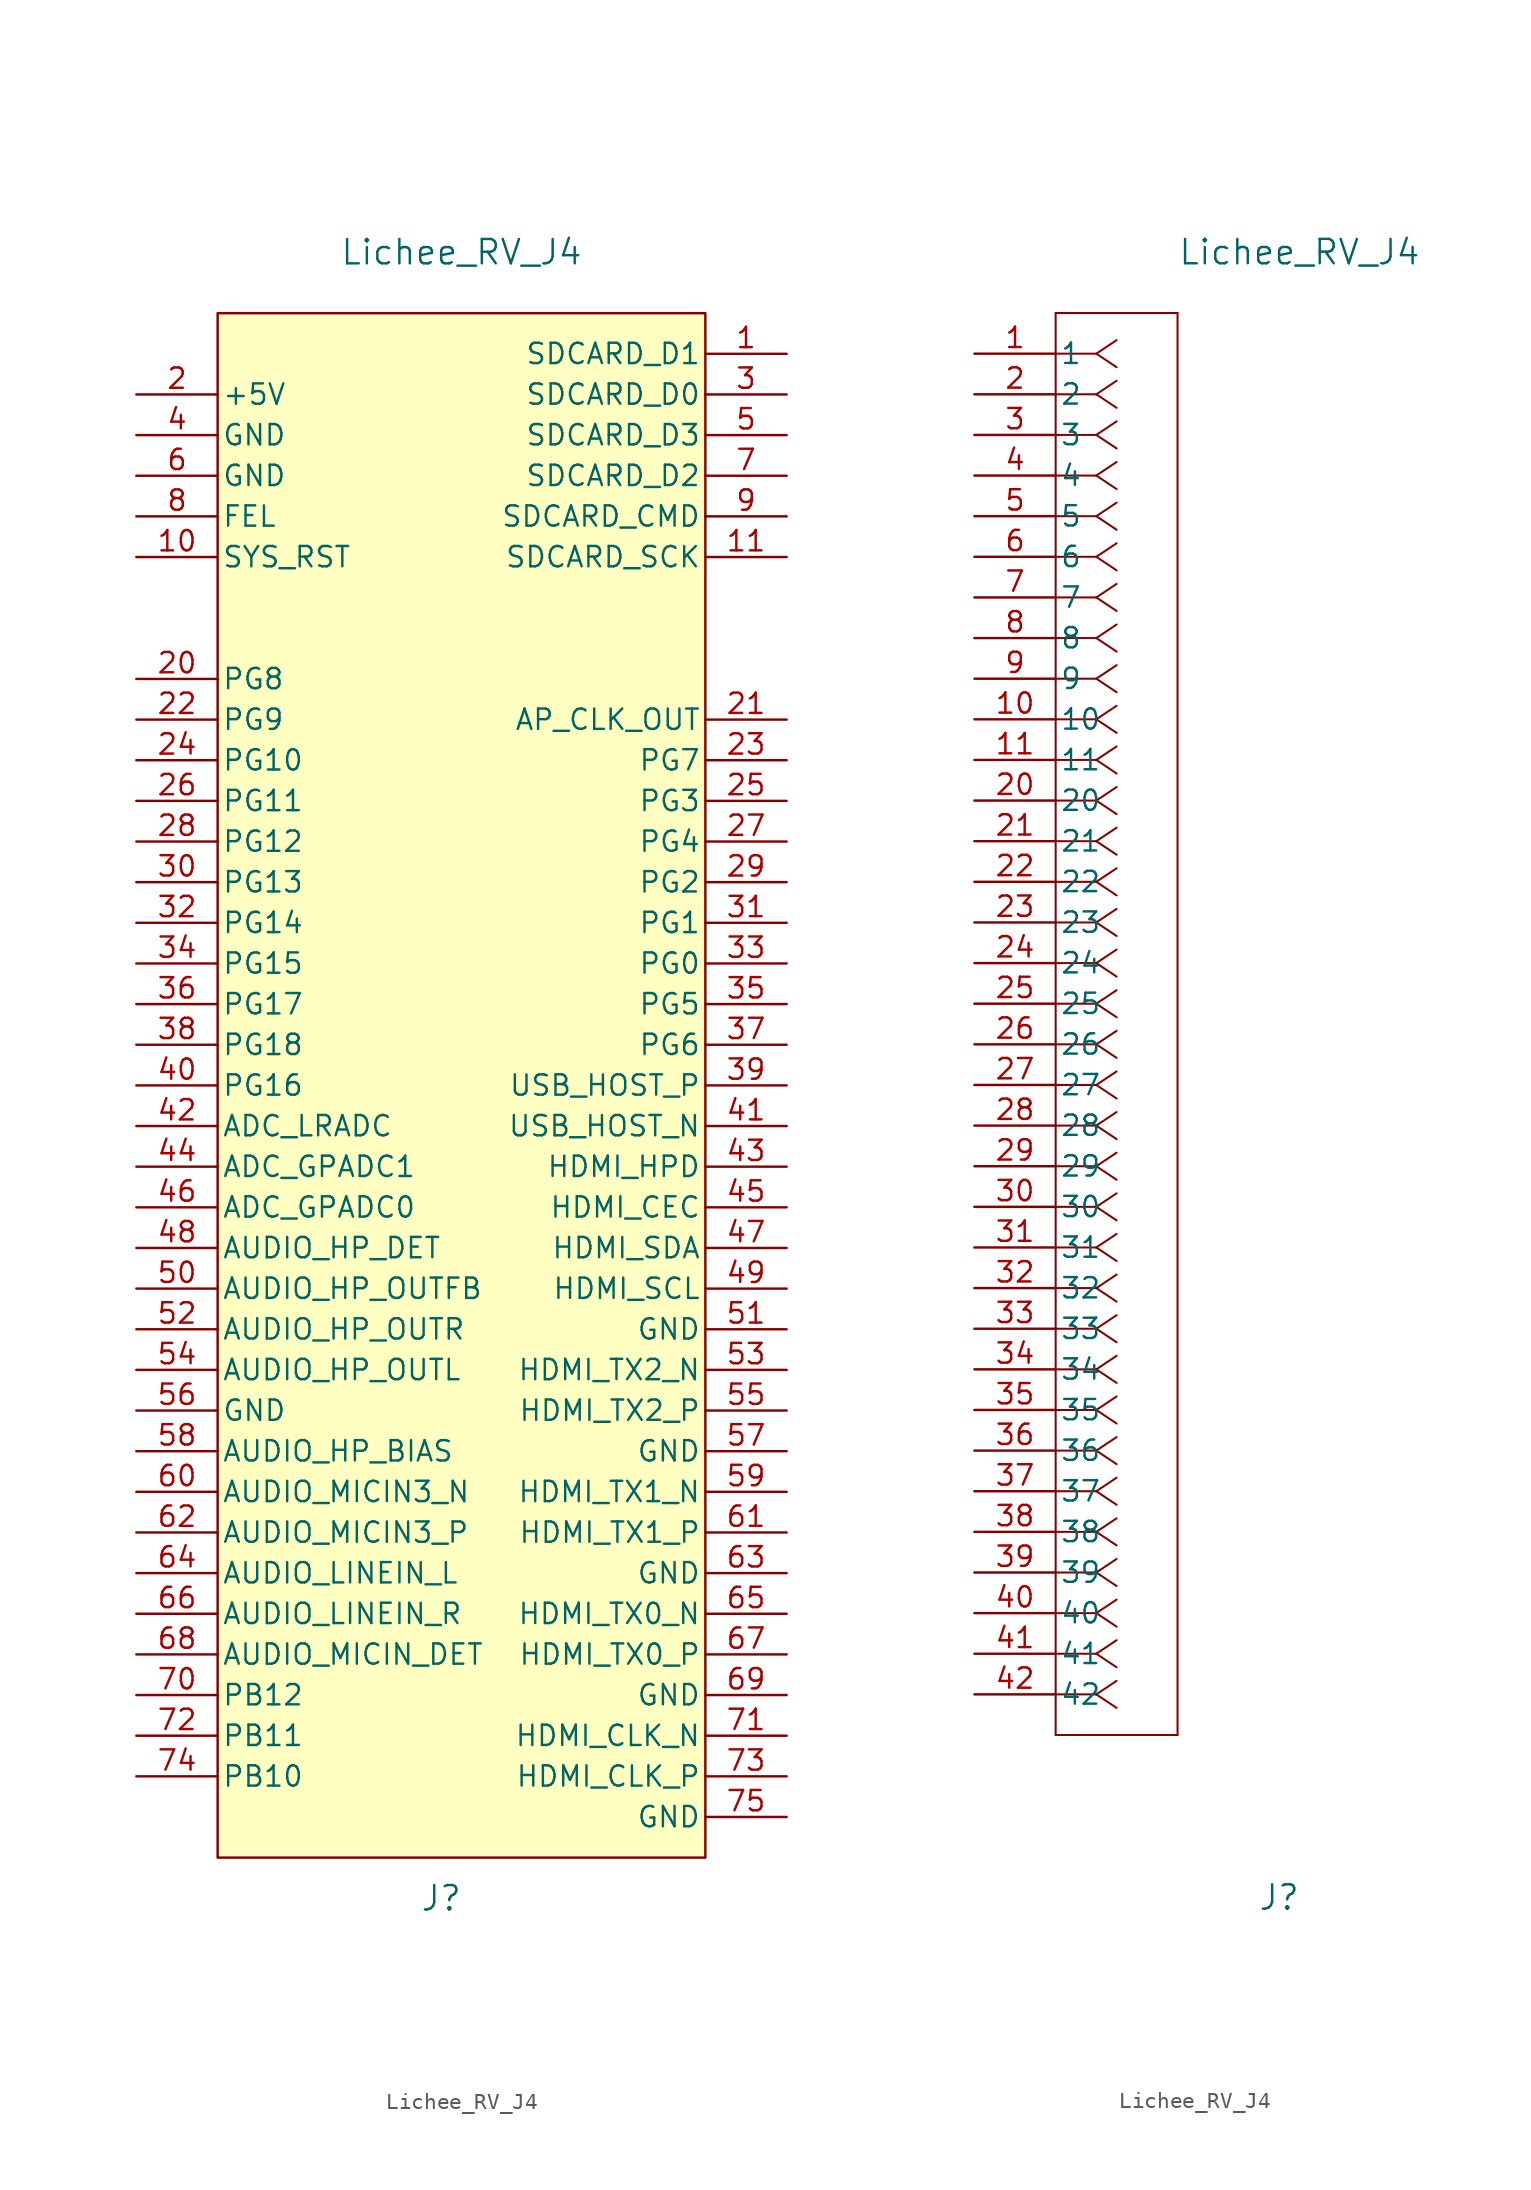
<source format=kicad_sym>
(kicad_symbol_lib
  (version 20220914)
  (generator kicad_symbol_editor)
  (symbol "Lichee_RV_J4"
    (pin_names
      (offset 0.254))
    (property "Reference" "J"
      (at 19.05 -96.52 0)
      (effects (font (size 1.524 1.524))))
    (property "Value" "Lichee_RV_J4"
      (at 20.32 6.35 0)
      (effects (font (size 1.524 1.524))))
    (symbol "Lichee_RV_J4_1_1"
      (rectangle (start 5.08 2.54) (end 35.56 -93.98) (stroke (width 0) (type default)) (fill (type background)))
      (pin unspecified line (at 40.64 0 180) (length 5.08) (name "SDCARD_D1" (effects (font (size 1.27 1.27)))) (number "1" (effects (font (size 1.27 1.27)))))
      (pin unspecified line (at 0 -12.7 0) (length 5.08) (name "SYS_RST" (effects (font (size 1.27 1.27)))) (number "10" (effects (font (size 1.27 1.27)))))
      (pin unspecified line (at 40.64 -12.7 180) (length 5.08) (name "SDCARD_SCK" (effects (font (size 1.27 1.27)))) (number "11" (effects (font (size 1.27 1.27)))))
      (pin unspecified line (at 0 -2.54 0) (length 5.08) (name "+5V" (effects (font (size 1.27 1.27)))) (number "2" (effects (font (size 1.27 1.27)))))
      (pin unspecified line (at 0 -20.32 0) (length 5.08) (name "PG8" (effects (font (size 1.27 1.27)))) (number "20" (effects (font (size 1.27 1.27)))))
      (pin unspecified line (at 40.64 -22.86 180) (length 5.08) (name "AP_CLK_OUT" (effects (font (size 1.27 1.27)))) (number "21" (effects (font (size 1.27 1.27)))))
      (pin unspecified line (at 0 -22.86 0) (length 5.08) (name "PG9" (effects (font (size 1.27 1.27)))) (number "22" (effects (font (size 1.27 1.27)))))
      (pin unspecified line (at 40.64 -25.4 180) (length 5.08) (name "PG7" (effects (font (size 1.27 1.27)))) (number "23" (effects (font (size 1.27 1.27)))))
      (pin unspecified line (at 0 -25.4 0) (length 5.08) (name "PG10" (effects (font (size 1.27 1.27)))) (number "24" (effects (font (size 1.27 1.27)))))
      (pin unspecified line (at 40.64 -27.94 180) (length 5.08) (name "PG3" (effects (font (size 1.27 1.27)))) (number "25" (effects (font (size 1.27 1.27)))))
      (pin unspecified line (at 0 -27.94 0) (length 5.08) (name "PG11" (effects (font (size 1.27 1.27)))) (number "26" (effects (font (size 1.27 1.27)))))
      (pin unspecified line (at 40.64 -30.48 180) (length 5.08) (name "PG4" (effects (font (size 1.27 1.27)))) (number "27" (effects (font (size 1.27 1.27)))))
      (pin unspecified line (at 0 -30.48 0) (length 5.08) (name "PG12" (effects (font (size 1.27 1.27)))) (number "28" (effects (font (size 1.27 1.27)))))
      (pin unspecified line (at 40.64 -33.02 180) (length 5.08) (name "PG2" (effects (font (size 1.27 1.27)))) (number "29" (effects (font (size 1.27 1.27)))))
      (pin unspecified line (at 40.64 -2.54 180) (length 5.08) (name "SDCARD_D0" (effects (font (size 1.27 1.27)))) (number "3" (effects (font (size 1.27 1.27)))))
      (pin unspecified line (at 0 -33.02 0) (length 5.08) (name "PG13" (effects (font (size 1.27 1.27)))) (number "30" (effects (font (size 1.27 1.27)))))
      (pin unspecified line (at 40.64 -35.56 180) (length 5.08) (name "PG1" (effects (font (size 1.27 1.27)))) (number "31" (effects (font (size 1.27 1.27)))))
      (pin unspecified line (at 0 -35.56 0) (length 5.08) (name "PG14" (effects (font (size 1.27 1.27)))) (number "32" (effects (font (size 1.27 1.27)))))
      (pin unspecified line (at 40.64 -38.1 180) (length 5.08) (name "PG0" (effects (font (size 1.27 1.27)))) (number "33" (effects (font (size 1.27 1.27)))))
      (pin unspecified line (at 0 -38.1 0) (length 5.08) (name "PG15" (effects (font (size 1.27 1.27)))) (number "34" (effects (font (size 1.27 1.27)))))
      (pin unspecified line (at 40.64 -40.64 180) (length 5.08) (name "PG5" (effects (font (size 1.27 1.27)))) (number "35" (effects (font (size 1.27 1.27)))))
      (pin unspecified line (at 0 -40.64 0) (length 5.08) (name "PG17" (effects (font (size 1.27 1.27)))) (number "36" (effects (font (size 1.27 1.27)))))
      (pin unspecified line (at 40.64 -43.18 180) (length 5.08) (name "PG6" (effects (font (size 1.27 1.27)))) (number "37" (effects (font (size 1.27 1.27)))))
      (pin unspecified line (at 0 -43.18 0) (length 5.08) (name "PG18" (effects (font (size 1.27 1.27)))) (number "38" (effects (font (size 1.27 1.27)))))
      (pin unspecified line (at 40.64 -45.72 180) (length 5.08) (name "USB_HOST_P" (effects (font (size 1.27 1.27)))) (number "39" (effects (font (size 1.27 1.27)))))
      (pin unspecified line (at 0 -5.08 0) (length 5.08) (name "GND" (effects (font (size 1.27 1.27)))) (number "4" (effects (font (size 1.27 1.27)))))
      (pin unspecified line (at 0 -45.72 0) (length 5.08) (name "PG16" (effects (font (size 1.27 1.27)))) (number "40" (effects (font (size 1.27 1.27)))))
      (pin unspecified line (at 40.64 -48.26 180) (length 5.08) (name "USB_HOST_N" (effects (font (size 1.27 1.27)))) (number "41" (effects (font (size 1.27 1.27)))))
      (pin unspecified line (at 0 -48.26 0) (length 5.08) (name "ADC_LRADC" (effects (font (size 1.27 1.27)))) (number "42" (effects (font (size 1.27 1.27)))))
      (pin unspecified line (at 40.64 -50.8 180) (length 5.08) (name "HDMI_HPD" (effects (font (size 1.27 1.27)))) (number "43" (effects (font (size 1.27 1.27)))))
      (pin unspecified line (at 0 -50.8 0) (length 5.08) (name "ADC_GPADC1" (effects (font (size 1.27 1.27)))) (number "44" (effects (font (size 1.27 1.27)))))
      (pin unspecified line (at 40.64 -53.34 180) (length 5.08) (name "HDMI_CEC" (effects (font (size 1.27 1.27)))) (number "45" (effects (font (size 1.27 1.27)))))
      (pin unspecified line (at 0 -53.34 0) (length 5.08) (name "ADC_GPADC0" (effects (font (size 1.27 1.27)))) (number "46" (effects (font (size 1.27 1.27)))))
      (pin unspecified line (at 40.64 -55.88 180) (length 5.08) (name "HDMI_SDA" (effects (font (size 1.27 1.27)))) (number "47" (effects (font (size 1.27 1.27)))))
      (pin unspecified line (at 0 -55.88 0) (length 5.08) (name "AUDIO_HP_DET" (effects (font (size 1.27 1.27)))) (number "48" (effects (font (size 1.27 1.27)))))
      (pin unspecified line (at 40.64 -58.42 180) (length 5.08) (name "HDMI_SCL" (effects (font (size 1.27 1.27)))) (number "49" (effects (font (size 1.27 1.27)))))
      (pin unspecified line (at 40.64 -5.08 180) (length 5.08) (name "SDCARD_D3" (effects (font (size 1.27 1.27)))) (number "5" (effects (font (size 1.27 1.27)))))
      (pin unspecified line (at 0 -58.42 0) (length 5.08) (name "AUDIO_HP_OUTFB" (effects (font (size 1.27 1.27)))) (number "50" (effects (font (size 1.27 1.27)))))
      (pin unspecified line (at 40.64 -60.96 180) (length 5.08) (name "GND" (effects (font (size 1.27 1.27)))) (number "51" (effects (font (size 1.27 1.27)))))
      (pin unspecified line (at 0 -60.96 0) (length 5.08) (name "AUDIO_HP_OUTR" (effects (font (size 1.27 1.27)))) (number "52" (effects (font (size 1.27 1.27)))))
      (pin unspecified line (at 40.64 -63.5 180) (length 5.08) (name "HDMI_TX2_N" (effects (font (size 1.27 1.27)))) (number "53" (effects (font (size 1.27 1.27)))))
      (pin unspecified line (at 0 -63.5 0) (length 5.08) (name "AUDIO_HP_OUTL" (effects (font (size 1.27 1.27)))) (number "54" (effects (font (size 1.27 1.27)))))
      (pin unspecified line (at 40.64 -66.04 180) (length 5.08) (name "HDMI_TX2_P" (effects (font (size 1.27 1.27)))) (number "55" (effects (font (size 1.27 1.27)))))
      (pin unspecified line (at 0 -66.04 0) (length 5.08) (name "GND" (effects (font (size 1.27 1.27)))) (number "56" (effects (font (size 1.27 1.27)))))
      (pin unspecified line (at 40.64 -68.58 180) (length 5.08) (name "GND" (effects (font (size 1.27 1.27)))) (number "57" (effects (font (size 1.27 1.27)))))
      (pin unspecified line (at 0 -68.58 0) (length 5.08) (name "AUDIO_HP_BIAS" (effects (font (size 1.27 1.27)))) (number "58" (effects (font (size 1.27 1.27)))))
      (pin unspecified line (at 40.64 -71.12 180) (length 5.08) (name "HDMI_TX1_N" (effects (font (size 1.27 1.27)))) (number "59" (effects (font (size 1.27 1.27)))))
      (pin unspecified line (at 0 -7.62 0) (length 5.08) (name "GND" (effects (font (size 1.27 1.27)))) (number "6" (effects (font (size 1.27 1.27)))))
      (pin unspecified line (at 0 -71.12 0) (length 5.08) (name "AUDIO_MICIN3_N" (effects (font (size 1.27 1.27)))) (number "60" (effects (font (size 1.27 1.27)))))
      (pin unspecified line (at 40.64 -73.66 180) (length 5.08) (name "HDMI_TX1_P" (effects (font (size 1.27 1.27)))) (number "61" (effects (font (size 1.27 1.27)))))
      (pin unspecified line (at 0 -73.66 0) (length 5.08) (name "AUDIO_MICIN3_P" (effects (font (size 1.27 1.27)))) (number "62" (effects (font (size 1.27 1.27)))))
      (pin unspecified line (at 40.64 -76.2 180) (length 5.08) (name "GND" (effects (font (size 1.27 1.27)))) (number "63" (effects (font (size 1.27 1.27)))))
      (pin unspecified line (at 0 -76.2 0) (length 5.08) (name "AUDIO_LINEIN_L" (effects (font (size 1.27 1.27)))) (number "64" (effects (font (size 1.27 1.27)))))
      (pin unspecified line (at 40.64 -78.74 180) (length 5.08) (name "HDMI_TX0_N" (effects (font (size 1.27 1.27)))) (number "65" (effects (font (size 1.27 1.27)))))
      (pin unspecified line (at 0 -78.74 0) (length 5.08) (name "AUDIO_LINEIN_R" (effects (font (size 1.27 1.27)))) (number "66" (effects (font (size 1.27 1.27)))))
      (pin unspecified line (at 40.64 -81.28 180) (length 5.08) (name "HDMI_TX0_P" (effects (font (size 1.27 1.27)))) (number "67" (effects (font (size 1.27 1.27)))))
      (pin unspecified line (at 0 -81.28 0) (length 5.08) (name "AUDIO_MICIN_DET" (effects (font (size 1.27 1.27)))) (number "68" (effects (font (size 1.27 1.27)))))
      (pin unspecified line (at 40.64 -83.82 180) (length 5.08) (name "GND" (effects (font (size 1.27 1.27)))) (number "69" (effects (font (size 1.27 1.27)))))
      (pin unspecified line (at 40.64 -7.62 180) (length 5.08) (name "SDCARD_D2" (effects (font (size 1.27 1.27)))) (number "7" (effects (font (size 1.27 1.27)))))
      (pin unspecified line (at 0 -83.82 0) (length 5.08) (name "PB12" (effects (font (size 1.27 1.27)))) (number "70" (effects (font (size 1.27 1.27)))))
      (pin unspecified line (at 40.64 -86.36 180) (length 5.08) (name "HDMI_CLK_N" (effects (font (size 1.27 1.27)))) (number "71" (effects (font (size 1.27 1.27)))))
      (pin unspecified line (at 0 -86.36 0) (length 5.08) (name "PB11" (effects (font (size 1.27 1.27)))) (number "72" (effects (font (size 1.27 1.27)))))
      (pin unspecified line (at 40.64 -88.9 180) (length 5.08) (name "HDMI_CLK_P" (effects (font (size 1.27 1.27)))) (number "73" (effects (font (size 1.27 1.27)))))
      (pin unspecified line (at 0 -88.9 0) (length 5.08) (name "PB10" (effects (font (size 1.27 1.27)))) (number "74" (effects (font (size 1.27 1.27)))))
      (pin unspecified line (at 40.64 -91.44 180) (length 5.08) (name "GND" (effects (font (size 1.27 1.27)))) (number "75" (effects (font (size 1.27 1.27)))))
      (pin unspecified line (at 0 -10.16 0) (length 5.08) (name "FEL" (effects (font (size 1.27 1.27)))) (number "8" (effects (font (size 1.27 1.27)))))
      (pin unspecified line (at 40.64 -10.16 180) (length 5.08) (name "SDCARD_CMD" (effects (font (size 1.27 1.27)))) (number "9" (effects (font (size 1.27 1.27))))))
    (symbol "Lichee_RV_J4_1_2"
      (polyline (pts (xy 5.08 -86.36) (xy 12.7 -86.36)) (stroke (width 0.127) (type default)) (fill (type none)))
      (polyline (pts (xy 5.08 2.54) (xy 5.08 -86.36)) (stroke (width 0.127) (type default)) (fill (type none)))
      (polyline (pts (xy 7.62 -83.82) (xy 5.08 -83.82)) (stroke (width 0.127) (type default)) (fill (type none)))
      (polyline (pts (xy 7.62 -83.82) (xy 8.89 -84.667)) (stroke (width 0.127) (type default)) (fill (type none)))
      (polyline (pts (xy 7.62 -83.82) (xy 8.89 -82.973)) (stroke (width 0.127) (type default)) (fill (type none)))
      (polyline (pts (xy 7.62 -81.28) (xy 5.08 -81.28)) (stroke (width 0.127) (type default)) (fill (type none)))
      (polyline (pts (xy 7.62 -81.28) (xy 8.89 -82.127)) (stroke (width 0.127) (type default)) (fill (type none)))
      (polyline (pts (xy 7.62 -81.28) (xy 8.89 -80.433)) (stroke (width 0.127) (type default)) (fill (type none)))
      (polyline (pts (xy 7.62 -78.74) (xy 5.08 -78.74)) (stroke (width 0.127) (type default)) (fill (type none)))
      (polyline (pts (xy 7.62 -78.74) (xy 8.89 -79.587)) (stroke (width 0.127) (type default)) (fill (type none)))
      (polyline (pts (xy 7.62 -78.74) (xy 8.89 -77.893)) (stroke (width 0.127) (type default)) (fill (type none)))
      (polyline (pts (xy 7.62 -76.2) (xy 5.08 -76.2)) (stroke (width 0.127) (type default)) (fill (type none)))
      (polyline (pts (xy 7.62 -76.2) (xy 8.89 -77.047)) (stroke (width 0.127) (type default)) (fill (type none)))
      (polyline (pts (xy 7.62 -76.2) (xy 8.89 -75.353)) (stroke (width 0.127) (type default)) (fill (type none)))
      (polyline (pts (xy 7.62 -73.66) (xy 5.08 -73.66)) (stroke (width 0.127) (type default)) (fill (type none)))
      (polyline (pts (xy 7.62 -73.66) (xy 8.89 -74.507)) (stroke (width 0.127) (type default)) (fill (type none)))
      (polyline (pts (xy 7.62 -73.66) (xy 8.89 -72.813)) (stroke (width 0.127) (type default)) (fill (type none)))
      (polyline (pts (xy 7.62 -71.12) (xy 5.08 -71.12)) (stroke (width 0.127) (type default)) (fill (type none)))
      (polyline (pts (xy 7.62 -71.12) (xy 8.89 -71.967)) (stroke (width 0.127) (type default)) (fill (type none)))
      (polyline (pts (xy 7.62 -71.12) (xy 8.89 -70.273)) (stroke (width 0.127) (type default)) (fill (type none)))
      (polyline (pts (xy 7.62 -68.58) (xy 5.08 -68.58)) (stroke (width 0.127) (type default)) (fill (type none)))
      (polyline (pts (xy 7.62 -68.58) (xy 8.89 -69.427)) (stroke (width 0.127) (type default)) (fill (type none)))
      (polyline (pts (xy 7.62 -68.58) (xy 8.89 -67.733)) (stroke (width 0.127) (type default)) (fill (type none)))
      (polyline (pts (xy 7.62 -66.04) (xy 5.08 -66.04)) (stroke (width 0.127) (type default)) (fill (type none)))
      (polyline (pts (xy 7.62 -66.04) (xy 8.89 -66.887)) (stroke (width 0.127) (type default)) (fill (type none)))
      (polyline (pts (xy 7.62 -66.04) (xy 8.89 -65.193)) (stroke (width 0.127) (type default)) (fill (type none)))
      (polyline (pts (xy 7.62 -63.5) (xy 5.08 -63.5)) (stroke (width 0.127) (type default)) (fill (type none)))
      (polyline (pts (xy 7.62 -63.5) (xy 8.89 -64.347)) (stroke (width 0.127) (type default)) (fill (type none)))
      (polyline (pts (xy 7.62 -63.5) (xy 8.89 -62.653)) (stroke (width 0.127) (type default)) (fill (type none)))
      (polyline (pts (xy 7.62 -60.96) (xy 5.08 -60.96)) (stroke (width 0.127) (type default)) (fill (type none)))
      (polyline (pts (xy 7.62 -60.96) (xy 8.89 -61.807)) (stroke (width 0.127) (type default)) (fill (type none)))
      (polyline (pts (xy 7.62 -60.96) (xy 8.89 -60.113)) (stroke (width 0.127) (type default)) (fill (type none)))
      (polyline (pts (xy 7.62 -58.42) (xy 5.08 -58.42)) (stroke (width 0.127) (type default)) (fill (type none)))
      (polyline (pts (xy 7.62 -58.42) (xy 8.89 -59.267)) (stroke (width 0.127) (type default)) (fill (type none)))
      (polyline (pts (xy 7.62 -58.42) (xy 8.89 -57.573)) (stroke (width 0.127) (type default)) (fill (type none)))
      (polyline (pts (xy 7.62 -55.88) (xy 5.08 -55.88)) (stroke (width 0.127) (type default)) (fill (type none)))
      (polyline (pts (xy 7.62 -55.88) (xy 8.89 -56.727)) (stroke (width 0.127) (type default)) (fill (type none)))
      (polyline (pts (xy 7.62 -55.88) (xy 8.89 -55.033)) (stroke (width 0.127) (type default)) (fill (type none)))
      (polyline (pts (xy 7.62 -53.34) (xy 5.08 -53.34)) (stroke (width 0.127) (type default)) (fill (type none)))
      (polyline (pts (xy 7.62 -53.34) (xy 8.89 -54.187)) (stroke (width 0.127) (type default)) (fill (type none)))
      (polyline (pts (xy 7.62 -53.34) (xy 8.89 -52.493)) (stroke (width 0.127) (type default)) (fill (type none)))
      (polyline (pts (xy 7.62 -50.8) (xy 5.08 -50.8)) (stroke (width 0.127) (type default)) (fill (type none)))
      (polyline (pts (xy 7.62 -50.8) (xy 8.89 -51.647)) (stroke (width 0.127) (type default)) (fill (type none)))
      (polyline (pts (xy 7.62 -50.8) (xy 8.89 -49.953)) (stroke (width 0.127) (type default)) (fill (type none)))
      (polyline (pts (xy 7.62 -48.26) (xy 5.08 -48.26)) (stroke (width 0.127) (type default)) (fill (type none)))
      (polyline (pts (xy 7.62 -48.26) (xy 8.89 -49.107)) (stroke (width 0.127) (type default)) (fill (type none)))
      (polyline (pts (xy 7.62 -48.26) (xy 8.89 -47.413)) (stroke (width 0.127) (type default)) (fill (type none)))
      (polyline (pts (xy 7.62 -45.72) (xy 5.08 -45.72)) (stroke (width 0.127) (type default)) (fill (type none)))
      (polyline (pts (xy 7.62 -45.72) (xy 8.89 -46.567)) (stroke (width 0.127) (type default)) (fill (type none)))
      (polyline (pts (xy 7.62 -45.72) (xy 8.89 -44.873)) (stroke (width 0.127) (type default)) (fill (type none)))
      (polyline (pts (xy 7.62 -43.18) (xy 5.08 -43.18)) (stroke (width 0.127) (type default)) (fill (type none)))
      (polyline (pts (xy 7.62 -43.18) (xy 8.89 -44.027)) (stroke (width 0.127) (type default)) (fill (type none)))
      (polyline (pts (xy 7.62 -43.18) (xy 8.89 -42.333)) (stroke (width 0.127) (type default)) (fill (type none)))
      (polyline (pts (xy 7.62 -40.64) (xy 5.08 -40.64)) (stroke (width 0.127) (type default)) (fill (type none)))
      (polyline (pts (xy 7.62 -40.64) (xy 8.89 -41.487)) (stroke (width 0.127) (type default)) (fill (type none)))
      (polyline (pts (xy 7.62 -40.64) (xy 8.89 -39.793)) (stroke (width 0.127) (type default)) (fill (type none)))
      (polyline (pts (xy 7.62 -38.1) (xy 5.08 -38.1)) (stroke (width 0.127) (type default)) (fill (type none)))
      (polyline (pts (xy 7.62 -38.1) (xy 8.89 -38.947)) (stroke (width 0.127) (type default)) (fill (type none)))
      (polyline (pts (xy 7.62 -38.1) (xy 8.89 -37.253)) (stroke (width 0.127) (type default)) (fill (type none)))
      (polyline (pts (xy 7.62 -35.56) (xy 5.08 -35.56)) (stroke (width 0.127) (type default)) (fill (type none)))
      (polyline (pts (xy 7.62 -35.56) (xy 8.89 -36.407)) (stroke (width 0.127) (type default)) (fill (type none)))
      (polyline (pts (xy 7.62 -35.56) (xy 8.89 -34.713)) (stroke (width 0.127) (type default)) (fill (type none)))
      (polyline (pts (xy 7.62 -33.02) (xy 5.08 -33.02)) (stroke (width 0.127) (type default)) (fill (type none)))
      (polyline (pts (xy 7.62 -33.02) (xy 8.89 -33.867)) (stroke (width 0.127) (type default)) (fill (type none)))
      (polyline (pts (xy 7.62 -33.02) (xy 8.89 -32.173)) (stroke (width 0.127) (type default)) (fill (type none)))
      (polyline (pts (xy 7.62 -30.48) (xy 5.08 -30.48)) (stroke (width 0.127) (type default)) (fill (type none)))
      (polyline (pts (xy 7.62 -30.48) (xy 8.89 -31.327)) (stroke (width 0.127) (type default)) (fill (type none)))
      (polyline (pts (xy 7.62 -30.48) (xy 8.89 -29.633)) (stroke (width 0.127) (type default)) (fill (type none)))
      (polyline (pts (xy 7.62 -27.94) (xy 5.08 -27.94)) (stroke (width 0.127) (type default)) (fill (type none)))
      (polyline (pts (xy 7.62 -27.94) (xy 8.89 -28.787)) (stroke (width 0.127) (type default)) (fill (type none)))
      (polyline (pts (xy 7.62 -27.94) (xy 8.89 -27.093)) (stroke (width 0.127) (type default)) (fill (type none)))
      (polyline (pts (xy 7.62 -25.4) (xy 5.08 -25.4)) (stroke (width 0.127) (type default)) (fill (type none)))
      (polyline (pts (xy 7.62 -25.4) (xy 8.89 -26.247)) (stroke (width 0.127) (type default)) (fill (type none)))
      (polyline (pts (xy 7.62 -25.4) (xy 8.89 -24.553)) (stroke (width 0.127) (type default)) (fill (type none)))
      (polyline (pts (xy 7.62 -22.86) (xy 5.08 -22.86)) (stroke (width 0.127) (type default)) (fill (type none)))
      (polyline (pts (xy 7.62 -22.86) (xy 8.89 -23.707)) (stroke (width 0.127) (type default)) (fill (type none)))
      (polyline (pts (xy 7.62 -22.86) (xy 8.89 -22.013)) (stroke (width 0.127) (type default)) (fill (type none)))
      (polyline (pts (xy 7.62 -20.32) (xy 5.08 -20.32)) (stroke (width 0.127) (type default)) (fill (type none)))
      (polyline (pts (xy 7.62 -20.32) (xy 8.89 -21.167)) (stroke (width 0.127) (type default)) (fill (type none)))
      (polyline (pts (xy 7.62 -20.32) (xy 8.89 -19.473)) (stroke (width 0.127) (type default)) (fill (type none)))
      (polyline (pts (xy 7.62 -17.78) (xy 5.08 -17.78)) (stroke (width 0.127) (type default)) (fill (type none)))
      (polyline (pts (xy 7.62 -17.78) (xy 8.89 -18.627)) (stroke (width 0.127) (type default)) (fill (type none)))
      (polyline (pts (xy 7.62 -17.78) (xy 8.89 -16.933)) (stroke (width 0.127) (type default)) (fill (type none)))
      (polyline (pts (xy 7.62 -15.24) (xy 5.08 -15.24)) (stroke (width 0.127) (type default)) (fill (type none)))
      (polyline (pts (xy 7.62 -15.24) (xy 8.89 -16.087)) (stroke (width 0.127) (type default)) (fill (type none)))
      (polyline (pts (xy 7.62 -15.24) (xy 8.89 -14.393)) (stroke (width 0.127) (type default)) (fill (type none)))
      (polyline (pts (xy 7.62 -12.7) (xy 5.08 -12.7)) (stroke (width 0.127) (type default)) (fill (type none)))
      (polyline (pts (xy 7.62 -12.7) (xy 8.89 -13.547)) (stroke (width 0.127) (type default)) (fill (type none)))
      (polyline (pts (xy 7.62 -12.7) (xy 8.89 -11.853)) (stroke (width 0.127) (type default)) (fill (type none)))
      (polyline (pts (xy 7.62 -10.16) (xy 5.08 -10.16)) (stroke (width 0.127) (type default)) (fill (type none)))
      (polyline (pts (xy 7.62 -10.16) (xy 8.89 -11.007)) (stroke (width 0.127) (type default)) (fill (type none)))
      (polyline (pts (xy 7.62 -10.16) (xy 8.89 -9.313)) (stroke (width 0.127) (type default)) (fill (type none)))
      (polyline (pts (xy 7.62 -7.62) (xy 5.08 -7.62)) (stroke (width 0.127) (type default)) (fill (type none)))
      (polyline (pts (xy 7.62 -7.62) (xy 8.89 -8.467)) (stroke (width 0.127) (type default)) (fill (type none)))
      (polyline (pts (xy 7.62 -7.62) (xy 8.89 -6.773)) (stroke (width 0.127) (type default)) (fill (type none)))
      (polyline (pts (xy 7.62 -5.08) (xy 5.08 -5.08)) (stroke (width 0.127) (type default)) (fill (type none)))
      (polyline (pts (xy 7.62 -5.08) (xy 8.89 -5.927)) (stroke (width 0.127) (type default)) (fill (type none)))
      (polyline (pts (xy 7.62 -5.08) (xy 8.89 -4.233)) (stroke (width 0.127) (type default)) (fill (type none)))
      (polyline (pts (xy 7.62 -2.54) (xy 5.08 -2.54)) (stroke (width 0.127) (type default)) (fill (type none)))
      (polyline (pts (xy 7.62 -2.54) (xy 8.89 -3.387)) (stroke (width 0.127) (type default)) (fill (type none)))
      (polyline (pts (xy 7.62 -2.54) (xy 8.89 -1.693)) (stroke (width 0.127) (type default)) (fill (type none)))
      (polyline (pts (xy 7.62 0) (xy 5.08 0)) (stroke (width 0.127) (type default)) (fill (type none)))
      (polyline (pts (xy 7.62 0) (xy 8.89 -0.847)) (stroke (width 0.127) (type default)) (fill (type none)))
      (polyline (pts (xy 7.62 0) (xy 8.89 0.847)) (stroke (width 0.127) (type default)) (fill (type none)))
      (polyline (pts (xy 12.7 -86.36) (xy 12.7 2.54)) (stroke (width 0.127) (type default)) (fill (type none)))
      (polyline (pts (xy 12.7 2.54) (xy 5.08 2.54)) (stroke (width 0.127) (type default)) (fill (type none)))
      (pin unspecified line (at 0 0 0) (length 5.08) (name "1" (effects (font (size 1.27 1.27)))) (number "1" (effects (font (size 1.27 1.27)))))
      (pin unspecified line (at 0 -22.86 0) (length 5.08) (name "10" (effects (font (size 1.27 1.27)))) (number "10" (effects (font (size 1.27 1.27)))))
      (pin unspecified line (at 0 -25.4 0) (length 5.08) (name "11" (effects (font (size 1.27 1.27)))) (number "11" (effects (font (size 1.27 1.27)))))
      (pin unspecified line (at 0 -2.54 0) (length 5.08) (name "2" (effects (font (size 1.27 1.27)))) (number "2" (effects (font (size 1.27 1.27)))))
      (pin unspecified line (at 0 -27.94 0) (length 5.08) (name "20" (effects (font (size 1.27 1.27)))) (number "20" (effects (font (size 1.27 1.27)))))
      (pin unspecified line (at 0 -30.48 0) (length 5.08) (name "21" (effects (font (size 1.27 1.27)))) (number "21" (effects (font (size 1.27 1.27)))))
      (pin unspecified line (at 0 -33.02 0) (length 5.08) (name "22" (effects (font (size 1.27 1.27)))) (number "22" (effects (font (size 1.27 1.27)))))
      (pin unspecified line (at 0 -35.56 0) (length 5.08) (name "23" (effects (font (size 1.27 1.27)))) (number "23" (effects (font (size 1.27 1.27)))))
      (pin unspecified line (at 0 -38.1 0) (length 5.08) (name "24" (effects (font (size 1.27 1.27)))) (number "24" (effects (font (size 1.27 1.27)))))
      (pin unspecified line (at 0 -40.64 0) (length 5.08) (name "25" (effects (font (size 1.27 1.27)))) (number "25" (effects (font (size 1.27 1.27)))))
      (pin unspecified line (at 0 -43.18 0) (length 5.08) (name "26" (effects (font (size 1.27 1.27)))) (number "26" (effects (font (size 1.27 1.27)))))
      (pin unspecified line (at 0 -45.72 0) (length 5.08) (name "27" (effects (font (size 1.27 1.27)))) (number "27" (effects (font (size 1.27 1.27)))))
      (pin unspecified line (at 0 -48.26 0) (length 5.08) (name "28" (effects (font (size 1.27 1.27)))) (number "28" (effects (font (size 1.27 1.27)))))
      (pin unspecified line (at 0 -50.8 0) (length 5.08) (name "29" (effects (font (size 1.27 1.27)))) (number "29" (effects (font (size 1.27 1.27)))))
      (pin unspecified line (at 0 -5.08 0) (length 5.08) (name "3" (effects (font (size 1.27 1.27)))) (number "3" (effects (font (size 1.27 1.27)))))
      (pin unspecified line (at 0 -53.34 0) (length 5.08) (name "30" (effects (font (size 1.27 1.27)))) (number "30" (effects (font (size 1.27 1.27)))))
      (pin unspecified line (at 0 -55.88 0) (length 5.08) (name "31" (effects (font (size 1.27 1.27)))) (number "31" (effects (font (size 1.27 1.27)))))
      (pin unspecified line (at 0 -58.42 0) (length 5.08) (name "32" (effects (font (size 1.27 1.27)))) (number "32" (effects (font (size 1.27 1.27)))))
      (pin unspecified line (at 0 -60.96 0) (length 5.08) (name "33" (effects (font (size 1.27 1.27)))) (number "33" (effects (font (size 1.27 1.27)))))
      (pin unspecified line (at 0 -63.5 0) (length 5.08) (name "34" (effects (font (size 1.27 1.27)))) (number "34" (effects (font (size 1.27 1.27)))))
      (pin unspecified line (at 0 -66.04 0) (length 5.08) (name "35" (effects (font (size 1.27 1.27)))) (number "35" (effects (font (size 1.27 1.27)))))
      (pin unspecified line (at 0 -68.58 0) (length 5.08) (name "36" (effects (font (size 1.27 1.27)))) (number "36" (effects (font (size 1.27 1.27)))))
      (pin unspecified line (at 0 -71.12 0) (length 5.08) (name "37" (effects (font (size 1.27 1.27)))) (number "37" (effects (font (size 1.27 1.27)))))
      (pin unspecified line (at 0 -73.66 0) (length 5.08) (name "38" (effects (font (size 1.27 1.27)))) (number "38" (effects (font (size 1.27 1.27)))))
      (pin unspecified line (at 0 -76.2 0) (length 5.08) (name "39" (effects (font (size 1.27 1.27)))) (number "39" (effects (font (size 1.27 1.27)))))
      (pin unspecified line (at 0 -7.62 0) (length 5.08) (name "4" (effects (font (size 1.27 1.27)))) (number "4" (effects (font (size 1.27 1.27)))))
      (pin unspecified line (at 0 -78.74 0) (length 5.08) (name "40" (effects (font (size 1.27 1.27)))) (number "40" (effects (font (size 1.27 1.27)))))
      (pin unspecified line (at 0 -81.28 0) (length 5.08) (name "41" (effects (font (size 1.27 1.27)))) (number "41" (effects (font (size 1.27 1.27)))))
      (pin unspecified line (at 0 -83.82 0) (length 5.08) (name "42" (effects (font (size 1.27 1.27)))) (number "42" (effects (font (size 1.27 1.27)))))
      (pin unspecified line (at 0 -10.16 0) (length 5.08) (name "5" (effects (font (size 1.27 1.27)))) (number "5" (effects (font (size 1.27 1.27)))))
      (pin unspecified line (at 0 -12.7 0) (length 5.08) (name "6" (effects (font (size 1.27 1.27)))) (number "6" (effects (font (size 1.27 1.27)))))
      (pin unspecified line (at 0 -15.24 0) (length 5.08) (name "7" (effects (font (size 1.27 1.27)))) (number "7" (effects (font (size 1.27 1.27)))))
      (pin unspecified line (at 0 -17.78 0) (length 5.08) (name "8" (effects (font (size 1.27 1.27)))) (number "8" (effects (font (size 1.27 1.27)))))
      (pin unspecified line (at 0 -20.32 0) (length 5.08) (name "9" (effects (font (size 1.27 1.27)))) (number "9" (effects (font (size 1.27 1.27))))))))
</source>
